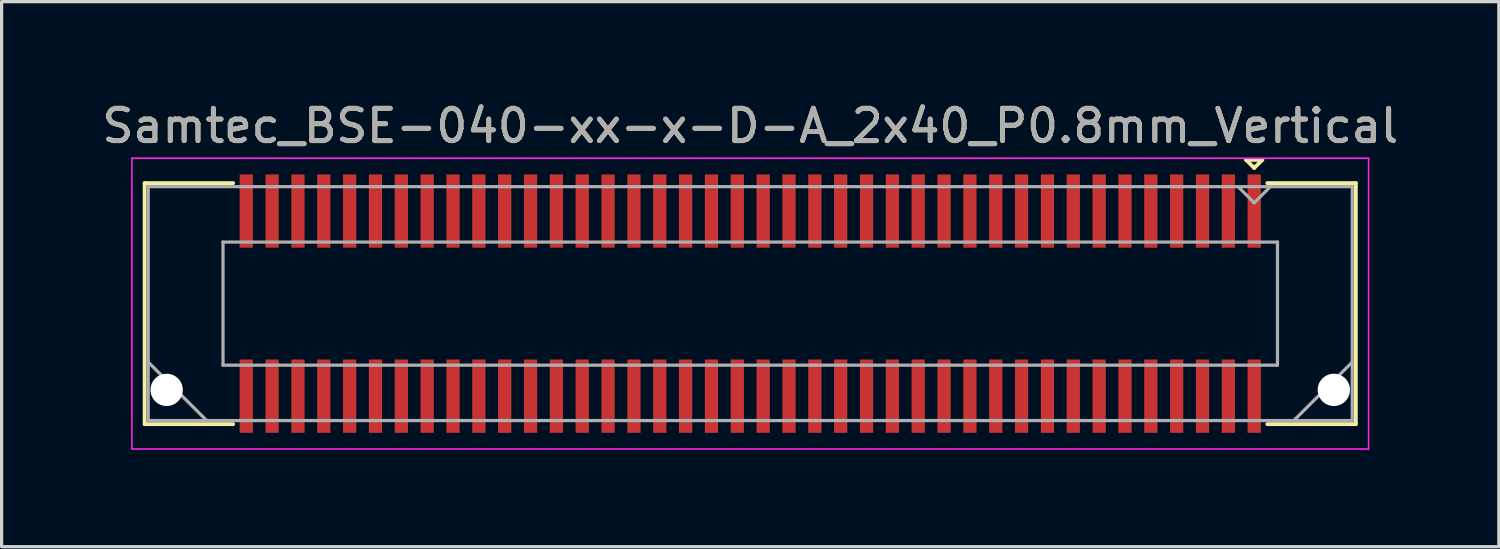
<source format=kicad_pcb>
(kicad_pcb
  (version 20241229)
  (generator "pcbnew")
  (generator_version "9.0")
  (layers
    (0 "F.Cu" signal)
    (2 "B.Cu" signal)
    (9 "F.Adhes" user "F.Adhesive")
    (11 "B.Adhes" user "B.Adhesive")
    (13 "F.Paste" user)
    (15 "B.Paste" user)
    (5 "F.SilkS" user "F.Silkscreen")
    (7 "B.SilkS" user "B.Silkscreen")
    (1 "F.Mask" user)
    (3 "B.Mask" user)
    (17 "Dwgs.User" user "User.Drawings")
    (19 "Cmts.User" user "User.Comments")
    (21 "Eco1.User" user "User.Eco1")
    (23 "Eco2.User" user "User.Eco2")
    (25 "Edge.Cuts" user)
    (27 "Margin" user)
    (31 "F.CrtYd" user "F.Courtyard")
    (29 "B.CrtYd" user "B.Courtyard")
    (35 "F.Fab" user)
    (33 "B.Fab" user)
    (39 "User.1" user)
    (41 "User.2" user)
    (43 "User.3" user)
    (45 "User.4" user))
  (footprint "Samtec_BSE-040-xx-x-D-A_2x40_P0.8mm_Vertical"
    (layer "F.Cu")
    (at 20.173 6.348)
    (property "Reference" "Samtec_BSE-040-xx-x-D-A_2x40_P0.8mm_Vertical" (at 0 -5.5 0) (layer "F.SilkS") (effects (font (size 1 1) (thickness 0.15))))
    (attr smd)
    (fp_line (start -18.745 -3.73) (end -16.005 -3.73) (stroke (width 0.12) (type solid)) (layer "F.SilkS"))
    (fp_line (start -18.745 3.73) (end -18.745 -3.73) (stroke (width 0.12) (type solid)) (layer "F.SilkS"))
    (fp_line (start -16.005 3.73) (end -18.745 3.73) (stroke (width 0.12) (type solid)) (layer "F.SilkS"))
    (fp_line (start 15.35 -4.45) (end 15.85 -4.45) (stroke (width 0.12) (type solid)) (layer "F.SilkS"))
    (fp_line (start 15.6 -4.2) (end 15.35 -4.45) (stroke (width 0.12) (type solid)) (layer "F.SilkS"))
    (fp_line (start 15.85 -4.45) (end 15.6 -4.2) (stroke (width 0.12) (type solid)) (layer "F.SilkS"))
    (fp_line (start 16.005 3.73) (end 18.745 3.73) (stroke (width 0.12) (type solid)) (layer "F.SilkS"))
    (fp_line (start 18.745 -3.73) (end 16.005 -3.73) (stroke (width 0.12) (type solid)) (layer "F.SilkS"))
    (fp_line (start 18.745 3.73) (end 18.745 -3.73) (stroke (width 0.12) (type solid)) (layer "F.SilkS"))
    (fp_line (start -19.14 -4.5) (end -19.14 4.5) (stroke (width 0.05) (type solid)) (layer "F.CrtYd"))
    (fp_line (start -19.14 4.5) (end 19.14 4.5) (stroke (width 0.05) (type solid)) (layer "F.CrtYd"))
    (fp_line (start 19.14 -4.5) (end -19.14 -4.5) (stroke (width 0.05) (type solid)) (layer "F.CrtYd"))
    (fp_line (start 19.14 4.5) (end 19.14 -4.5) (stroke (width 0.05) (type solid)) (layer "F.CrtYd"))
    (fp_line (start -18.635 -3.62) (end -18.635 3.62) (stroke (width 0.1) (type solid)) (layer "F.Fab"))
    (fp_line (start -18.635 1.81) (end -16.825 3.62) (stroke (width 0.1) (type solid)) (layer "F.Fab"))
    (fp_line (start -18.635 3.62) (end 18.635 3.62) (stroke (width 0.1) (type solid)) (layer "F.Fab"))
    (fp_line (start -16.32 -1.905) (end -16.32 1.905) (stroke (width 0.1) (type solid)) (layer "F.Fab"))
    (fp_line (start -16.32 1.905) (end 16.32 1.905) (stroke (width 0.1) (type solid)) (layer "F.Fab"))
    (fp_line (start 15.6 -3.12) (end 15.1 -3.62) (stroke (width 0.1) (type solid)) (layer "F.Fab"))
    (fp_line (start 16.1 -3.62) (end 15.6 -3.12) (stroke (width 0.1) (type solid)) (layer "F.Fab"))
    (fp_line (start 16.32 -1.905) (end -16.32 -1.905) (stroke (width 0.1) (type solid)) (layer "F.Fab"))
    (fp_line (start 16.32 1.905) (end 16.32 -1.905) (stroke (width 0.1) (type solid)) (layer "F.Fab"))
    (fp_line (start 18.635 -3.62) (end -18.635 -3.62) (stroke (width 0.1) (type solid)) (layer "F.Fab"))
    (fp_line (start 18.635 1.81) (end 16.825 3.62) (stroke (width 0.1) (type solid)) (layer "F.Fab"))
    (fp_line (start 18.635 3.62) (end 18.635 -3.62) (stroke (width 0.1) (type solid)) (layer "F.Fab"))
    (fp_text user "${REFERENCE}" (at 0 -5.5 0) (layer "F.Fab") (effects (font (size 1 1) (thickness 0.15))))
    (pad "" np_thru_hole circle (at -18.065 2.67) (size 1 1) (drill 1) (layers "*.Cu" "*.Mask"))
    (pad "" np_thru_hole circle (at 18.065 2.67) (size 1 1) (drill 1) (layers "*.Cu" "*.Mask"))
    (pad "1" smd rect (at 15.6 -2.865) (size 0.41 2.27) (layers "F.Cu" "F.Mask" "F.Paste"))
    (pad "2" smd rect (at 15.6 2.865) (size 0.41 2.27) (layers "F.Cu" "F.Mask" "F.Paste"))
    (pad "3" smd rect (at 14.8 -2.865) (size 0.41 2.27) (layers "F.Cu" "F.Mask" "F.Paste"))
    (pad "4" smd rect (at 14.8 2.865) (size 0.41 2.27) (layers "F.Cu" "F.Mask" "F.Paste"))
    (pad "5" smd rect (at 14 -2.865) (size 0.41 2.27) (layers "F.Cu" "F.Mask" "F.Paste"))
    (pad "6" smd rect (at 14 2.865) (size 0.41 2.27) (layers "F.Cu" "F.Mask" "F.Paste"))
    (pad "7" smd rect (at 13.2 -2.865) (size 0.41 2.27) (layers "F.Cu" "F.Mask" "F.Paste"))
    (pad "8" smd rect (at 13.2 2.865) (size 0.41 2.27) (layers "F.Cu" "F.Mask" "F.Paste"))
    (pad "9" smd rect (at 12.4 -2.865) (size 0.41 2.27) (layers "F.Cu" "F.Mask" "F.Paste"))
    (pad "10" smd rect (at 12.4 2.865) (size 0.41 2.27) (layers "F.Cu" "F.Mask" "F.Paste"))
    (pad "11" smd rect (at 11.6 -2.865) (size 0.41 2.27) (layers "F.Cu" "F.Mask" "F.Paste"))
    (pad "12" smd rect (at 11.6 2.865) (size 0.41 2.27) (layers "F.Cu" "F.Mask" "F.Paste"))
    (pad "13" smd rect (at 10.8 -2.865) (size 0.41 2.27) (layers "F.Cu" "F.Mask" "F.Paste"))
    (pad "14" smd rect (at 10.8 2.865) (size 0.41 2.27) (layers "F.Cu" "F.Mask" "F.Paste"))
    (pad "15" smd rect (at 10 -2.865) (size 0.41 2.27) (layers "F.Cu" "F.Mask" "F.Paste"))
    (pad "16" smd rect (at 10 2.865) (size 0.41 2.27) (layers "F.Cu" "F.Mask" "F.Paste"))
    (pad "17" smd rect (at 9.2 -2.865) (size 0.41 2.27) (layers "F.Cu" "F.Mask" "F.Paste"))
    (pad "18" smd rect (at 9.2 2.865) (size 0.41 2.27) (layers "F.Cu" "F.Mask" "F.Paste"))
    (pad "19" smd rect (at 8.4 -2.865) (size 0.41 2.27) (layers "F.Cu" "F.Mask" "F.Paste"))
    (pad "20" smd rect (at 8.4 2.865) (size 0.41 2.27) (layers "F.Cu" "F.Mask" "F.Paste"))
    (pad "21" smd rect (at 7.6 -2.865) (size 0.41 2.27) (layers "F.Cu" "F.Mask" "F.Paste"))
    (pad "22" smd rect (at 7.6 2.865) (size 0.41 2.27) (layers "F.Cu" "F.Mask" "F.Paste"))
    (pad "23" smd rect (at 6.8 -2.865) (size 0.41 2.27) (layers "F.Cu" "F.Mask" "F.Paste"))
    (pad "24" smd rect (at 6.8 2.865) (size 0.41 2.27) (layers "F.Cu" "F.Mask" "F.Paste"))
    (pad "25" smd rect (at 6 -2.865) (size 0.41 2.27) (layers "F.Cu" "F.Mask" "F.Paste"))
    (pad "26" smd rect (at 6 2.865) (size 0.41 2.27) (layers "F.Cu" "F.Mask" "F.Paste"))
    (pad "27" smd rect (at 5.2 -2.865) (size 0.41 2.27) (layers "F.Cu" "F.Mask" "F.Paste"))
    (pad "28" smd rect (at 5.2 2.865) (size 0.41 2.27) (layers "F.Cu" "F.Mask" "F.Paste"))
    (pad "29" smd rect (at 4.4 -2.865) (size 0.41 2.27) (layers "F.Cu" "F.Mask" "F.Paste"))
    (pad "30" smd rect (at 4.4 2.865) (size 0.41 2.27) (layers "F.Cu" "F.Mask" "F.Paste"))
    (pad "31" smd rect (at 3.6 -2.865) (size 0.41 2.27) (layers "F.Cu" "F.Mask" "F.Paste"))
    (pad "32" smd rect (at 3.6 2.865) (size 0.41 2.27) (layers "F.Cu" "F.Mask" "F.Paste"))
    (pad "33" smd rect (at 2.8 -2.865) (size 0.41 2.27) (layers "F.Cu" "F.Mask" "F.Paste"))
    (pad "34" smd rect (at 2.8 2.865) (size 0.41 2.27) (layers "F.Cu" "F.Mask" "F.Paste"))
    (pad "35" smd rect (at 2 -2.865) (size 0.41 2.27) (layers "F.Cu" "F.Mask" "F.Paste"))
    (pad "36" smd rect (at 2 2.865) (size 0.41 2.27) (layers "F.Cu" "F.Mask" "F.Paste"))
    (pad "37" smd rect (at 1.2 -2.865) (size 0.41 2.27) (layers "F.Cu" "F.Mask" "F.Paste"))
    (pad "38" smd rect (at 1.2 2.865) (size 0.41 2.27) (layers "F.Cu" "F.Mask" "F.Paste"))
    (pad "39" smd rect (at 0.4 -2.865) (size 0.41 2.27) (layers "F.Cu" "F.Mask" "F.Paste"))
    (pad "40" smd rect (at 0.4 2.865) (size 0.41 2.27) (layers "F.Cu" "F.Mask" "F.Paste"))
    (pad "41" smd rect (at -0.4 -2.865) (size 0.41 2.27) (layers "F.Cu" "F.Mask" "F.Paste"))
    (pad "42" smd rect (at -0.4 2.865) (size 0.41 2.27) (layers "F.Cu" "F.Mask" "F.Paste"))
    (pad "43" smd rect (at -1.2 -2.865) (size 0.41 2.27) (layers "F.Cu" "F.Mask" "F.Paste"))
    (pad "44" smd rect (at -1.2 2.865) (size 0.41 2.27) (layers "F.Cu" "F.Mask" "F.Paste"))
    (pad "45" smd rect (at -2 -2.865) (size 0.41 2.27) (layers "F.Cu" "F.Mask" "F.Paste"))
    (pad "46" smd rect (at -2 2.865) (size 0.41 2.27) (layers "F.Cu" "F.Mask" "F.Paste"))
    (pad "47" smd rect (at -2.8 -2.865) (size 0.41 2.27) (layers "F.Cu" "F.Mask" "F.Paste"))
    (pad "48" smd rect (at -2.8 2.865) (size 0.41 2.27) (layers "F.Cu" "F.Mask" "F.Paste"))
    (pad "49" smd rect (at -3.6 -2.865) (size 0.41 2.27) (layers "F.Cu" "F.Mask" "F.Paste"))
    (pad "50" smd rect (at -3.6 2.865) (size 0.41 2.27) (layers "F.Cu" "F.Mask" "F.Paste"))
    (pad "51" smd rect (at -4.4 -2.865) (size 0.41 2.27) (layers "F.Cu" "F.Mask" "F.Paste"))
    (pad "52" smd rect (at -4.4 2.865) (size 0.41 2.27) (layers "F.Cu" "F.Mask" "F.Paste"))
    (pad "53" smd rect (at -5.2 -2.865) (size 0.41 2.27) (layers "F.Cu" "F.Mask" "F.Paste"))
    (pad "54" smd rect (at -5.2 2.865) (size 0.41 2.27) (layers "F.Cu" "F.Mask" "F.Paste"))
    (pad "55" smd rect (at -6 -2.865) (size 0.41 2.27) (layers "F.Cu" "F.Mask" "F.Paste"))
    (pad "56" smd rect (at -6 2.865) (size 0.41 2.27) (layers "F.Cu" "F.Mask" "F.Paste"))
    (pad "57" smd rect (at -6.8 -2.865) (size 0.41 2.27) (layers "F.Cu" "F.Mask" "F.Paste"))
    (pad "58" smd rect (at -6.8 2.865) (size 0.41 2.27) (layers "F.Cu" "F.Mask" "F.Paste"))
    (pad "59" smd rect (at -7.6 -2.865) (size 0.41 2.27) (layers "F.Cu" "F.Mask" "F.Paste"))
    (pad "60" smd rect (at -7.6 2.865) (size 0.41 2.27) (layers "F.Cu" "F.Mask" "F.Paste"))
    (pad "61" smd rect (at -8.4 -2.865) (size 0.41 2.27) (layers "F.Cu" "F.Mask" "F.Paste"))
    (pad "62" smd rect (at -8.4 2.865) (size 0.41 2.27) (layers "F.Cu" "F.Mask" "F.Paste"))
    (pad "63" smd rect (at -9.2 -2.865) (size 0.41 2.27) (layers "F.Cu" "F.Mask" "F.Paste"))
    (pad "64" smd rect (at -9.2 2.865) (size 0.41 2.27) (layers "F.Cu" "F.Mask" "F.Paste"))
    (pad "65" smd rect (at -10 -2.865) (size 0.41 2.27) (layers "F.Cu" "F.Mask" "F.Paste"))
    (pad "66" smd rect (at -10 2.865) (size 0.41 2.27) (layers "F.Cu" "F.Mask" "F.Paste"))
    (pad "67" smd rect (at -10.8 -2.865) (size 0.41 2.27) (layers "F.Cu" "F.Mask" "F.Paste"))
    (pad "68" smd rect (at -10.8 2.865) (size 0.41 2.27) (layers "F.Cu" "F.Mask" "F.Paste"))
    (pad "69" smd rect (at -11.6 -2.865) (size 0.41 2.27) (layers "F.Cu" "F.Mask" "F.Paste"))
    (pad "70" smd rect (at -11.6 2.865) (size 0.41 2.27) (layers "F.Cu" "F.Mask" "F.Paste"))
    (pad "71" smd rect (at -12.4 -2.865) (size 0.41 2.27) (layers "F.Cu" "F.Mask" "F.Paste"))
    (pad "72" smd rect (at -12.4 2.865) (size 0.41 2.27) (layers "F.Cu" "F.Mask" "F.Paste"))
    (pad "73" smd rect (at -13.2 -2.865) (size 0.41 2.27) (layers "F.Cu" "F.Mask" "F.Paste"))
    (pad "74" smd rect (at -13.2 2.865) (size 0.41 2.27) (layers "F.Cu" "F.Mask" "F.Paste"))
    (pad "75" smd rect (at -14 -2.865) (size 0.41 2.27) (layers "F.Cu" "F.Mask" "F.Paste"))
    (pad "76" smd rect (at -14 2.865) (size 0.41 2.27) (layers "F.Cu" "F.Mask" "F.Paste"))
    (pad "77" smd rect (at -14.8 -2.865) (size 0.41 2.27) (layers "F.Cu" "F.Mask" "F.Paste"))
    (pad "78" smd rect (at -14.8 2.865) (size 0.41 2.27) (layers "F.Cu" "F.Mask" "F.Paste"))
    (pad "79" smd rect (at -15.6 -2.865) (size 0.41 2.27) (layers "F.Cu" "F.Mask" "F.Paste"))
    (pad "80" smd rect (at -15.6 2.865) (size 0.41 2.27) (layers "F.Cu" "F.Mask" "F.Paste")))
  (gr_rect
    (start -3 -3)
    (end 43.345 13.873)
    (stroke (width 0.1) (type default))
    (fill no)
    (layer "Edge.Cuts")))
</source>
